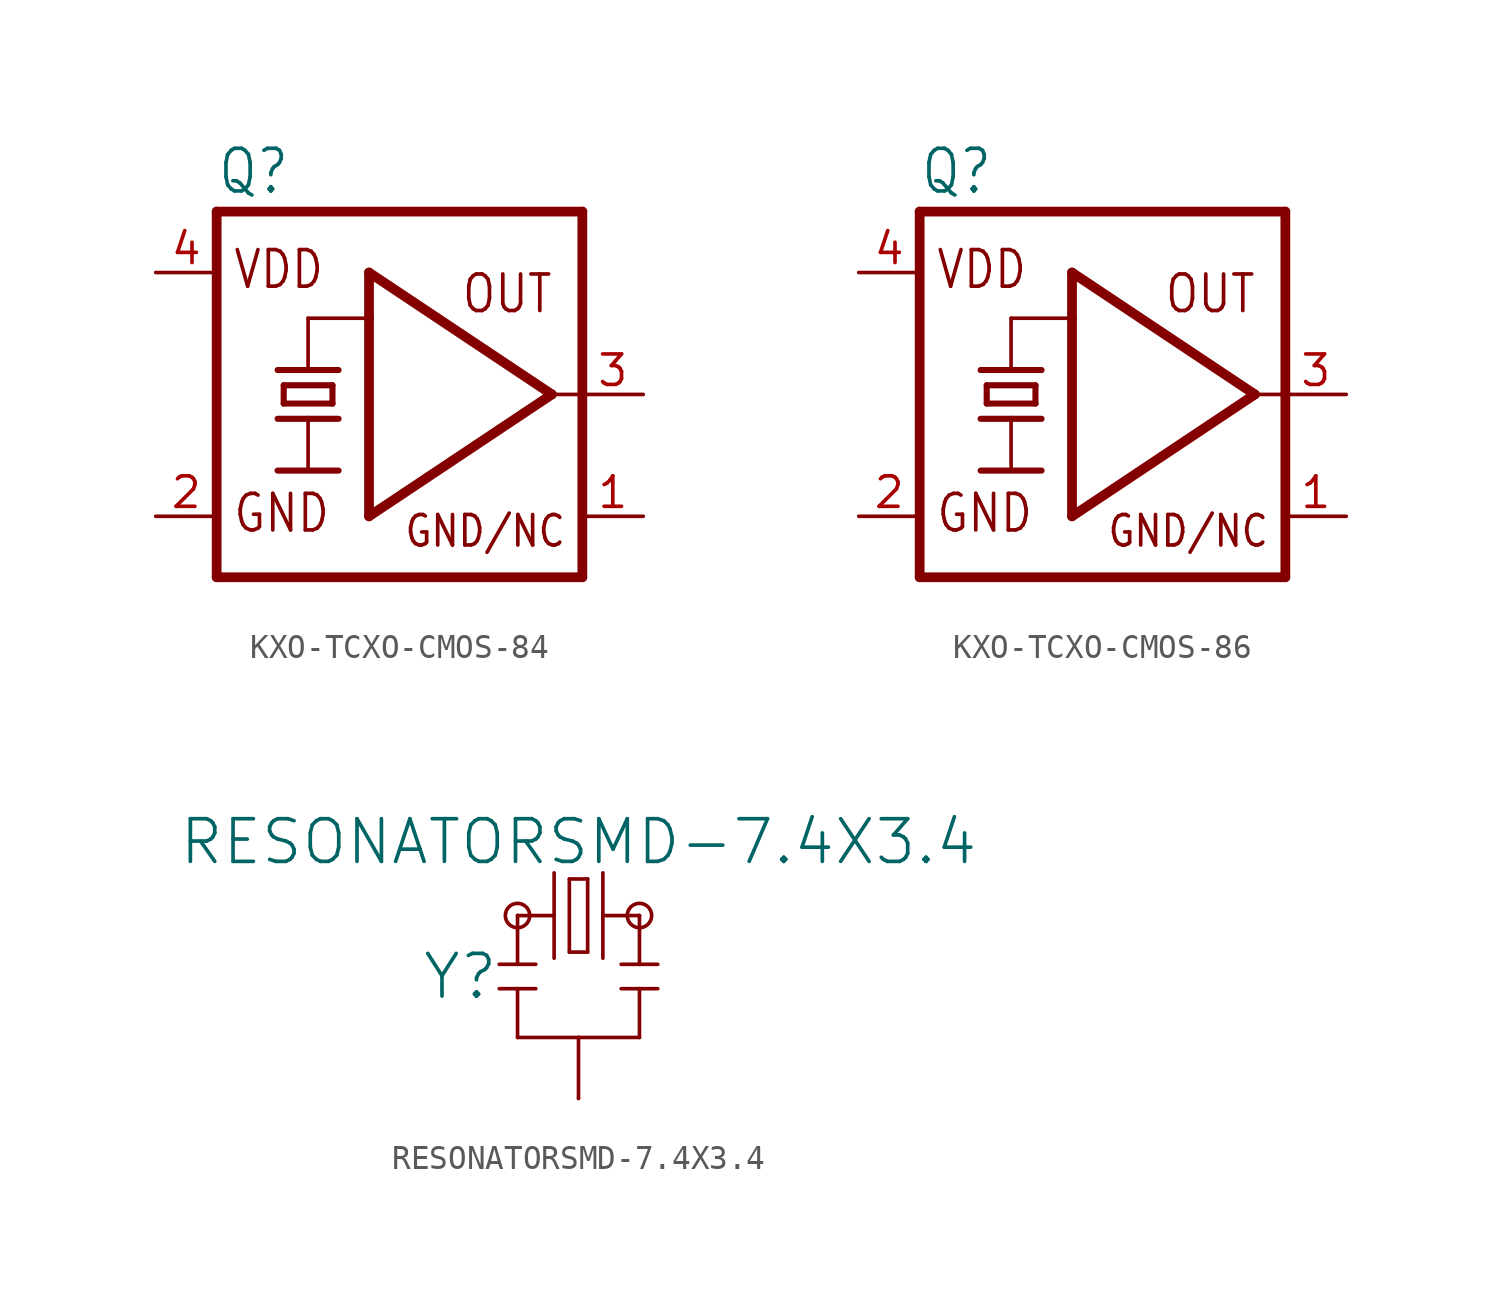
<source format=kicad_sym>
(kicad_symbol_lib
  (version 20211014)
  (generator kicad_symbol_editor)
  (symbol "KXO-TCXO-CMOS-84"
    (property "Reference" "Q"
      (at -7.62 8.255 0)
      (effects (font (size 1.778 1.511)) (justify left bottom)))
    (property "ki_locked" ""
      (at 0 0 0)
      (effects (font (size 1.27 1.27))))
    (symbol "KXO-TCXO-CMOS-84_1_0"
      (polyline (pts (xy -7.62 7.62) (xy -7.62 -7.62)) (stroke (width 0.406) (type default) (color 0 0 0 0)) (fill (type none)))
      (polyline (pts (xy -7.62 7.62) (xy 7.62 7.62)) (stroke (width 0.406) (type default) (color 0 0 0 0)) (fill (type none)))
      (polyline (pts (xy -5.08 -3.175) (xy -2.54 -3.175)) (stroke (width 0.254) (type default) (color 0 0 0 0)) (fill (type none)))
      (polyline (pts (xy -5.08 -1.016) (xy -3.81 -1.016)) (stroke (width 0.254) (type default) (color 0 0 0 0)) (fill (type none)))
      (polyline (pts (xy -5.08 1.016) (xy -2.54 1.016)) (stroke (width 0.254) (type default) (color 0 0 0 0)) (fill (type none)))
      (polyline (pts (xy -4.826 -0.381) (xy -4.826 0.381)) (stroke (width 0.254) (type default) (color 0 0 0 0)) (fill (type none)))
      (polyline (pts (xy -4.826 -0.381) (xy -2.794 -0.381)) (stroke (width 0.254) (type default) (color 0 0 0 0)) (fill (type none)))
      (polyline (pts (xy -4.826 0.381) (xy -2.794 0.381)) (stroke (width 0.254) (type default) (color 0 0 0 0)) (fill (type none)))
      (polyline (pts (xy -3.81 -3.175) (xy -3.81 -1.016)) (stroke (width 0.152) (type default) (color 0 0 0 0)) (fill (type none)))
      (polyline (pts (xy -3.81 -1.016) (xy -2.54 -1.016)) (stroke (width 0.254) (type default) (color 0 0 0 0)) (fill (type none)))
      (polyline (pts (xy -3.81 1.016) (xy -3.81 3.175)) (stroke (width 0.152) (type default) (color 0 0 0 0)) (fill (type none)))
      (polyline (pts (xy -3.81 3.175) (xy -1.27 3.175)) (stroke (width 0.152) (type default) (color 0 0 0 0)) (fill (type none)))
      (polyline (pts (xy -2.794 0.381) (xy -2.794 -0.381)) (stroke (width 0.254) (type default) (color 0 0 0 0)) (fill (type none)))
      (polyline (pts (xy -1.27 -5.08) (xy -1.27 3.175)) (stroke (width 0.406) (type default) (color 0 0 0 0)) (fill (type none)))
      (polyline (pts (xy -1.27 3.175) (xy -1.27 5.08)) (stroke (width 0.406) (type default) (color 0 0 0 0)) (fill (type none)))
      (polyline (pts (xy -1.27 5.08) (xy 6.35 0)) (stroke (width 0.406) (type default) (color 0 0 0 0)) (fill (type none)))
      (polyline (pts (xy 6.35 0) (xy -1.27 -5.08)) (stroke (width 0.406) (type default) (color 0 0 0 0)) (fill (type none)))
      (polyline (pts (xy 6.35 0) (xy 7.62 0)) (stroke (width 0.152) (type default) (color 0 0 0 0)) (fill (type none)))
      (polyline (pts (xy 7.62 -7.62) (xy -7.62 -7.62)) (stroke (width 0.406) (type default) (color 0 0 0 0)) (fill (type none)))
      (polyline (pts (xy 7.62 -7.62) (xy 7.62 0)) (stroke (width 0.406) (type default) (color 0 0 0 0)) (fill (type none)))
      (polyline (pts (xy 7.62 0) (xy 7.62 7.62)) (stroke (width 0.406) (type default) (color 0 0 0 0)) (fill (type none)))
      (text "GND" (at -6.985 -5.842 0) (effects (font (size 1.524 1.295)) (justify left bottom)))
      (text "GND/NC" (at 6.985 -4.953 0) (effects (font (size 1.27 1.079)) (justify right top)))
      (text "OUT" (at 2.54 3.302 0) (effects (font (size 1.524 1.295)) (justify left bottom)))
      (text "VDD" (at -6.985 4.318 0) (effects (font (size 1.524 1.295)) (justify left bottom)))
      (pin power_in line (at 10.16 -5.08 180) (length 2.54) (name "GND/NC" (effects (font (size 0 0)))) (number "1" (effects (font (size 1.27 1.27)))))
      (pin power_in line (at -10.16 -5.08 0) (length 2.54) (name "GND" (effects (font (size 0 0)))) (number "2" (effects (font (size 1.27 1.27)))))
      (pin output line (at 10.16 0 180) (length 2.54) (name "OUT" (effects (font (size 0 0)))) (number "3" (effects (font (size 1.27 1.27)))))
      (pin power_in line (at -10.16 5.08 0) (length 2.54) (name "VDD" (effects (font (size 0 0)))) (number "4" (effects (font (size 1.27 1.27)))))))
  (symbol "KXO-TCXO-CMOS-86"
    (property "Reference" "Q"
      (at -7.62 8.255 0)
      (effects (font (size 1.778 1.511)) (justify left bottom)))
    (property "ki_locked" ""
      (at 0 0 0)
      (effects (font (size 1.27 1.27))))
    (symbol "KXO-TCXO-CMOS-86_1_0"
      (polyline (pts (xy -7.62 7.62) (xy -7.62 -7.62)) (stroke (width 0.406) (type default) (color 0 0 0 0)) (fill (type none)))
      (polyline (pts (xy -7.62 7.62) (xy 7.62 7.62)) (stroke (width 0.406) (type default) (color 0 0 0 0)) (fill (type none)))
      (polyline (pts (xy -5.08 -3.175) (xy -2.54 -3.175)) (stroke (width 0.254) (type default) (color 0 0 0 0)) (fill (type none)))
      (polyline (pts (xy -5.08 -1.016) (xy -3.81 -1.016)) (stroke (width 0.254) (type default) (color 0 0 0 0)) (fill (type none)))
      (polyline (pts (xy -5.08 1.016) (xy -2.54 1.016)) (stroke (width 0.254) (type default) (color 0 0 0 0)) (fill (type none)))
      (polyline (pts (xy -4.826 -0.381) (xy -4.826 0.381)) (stroke (width 0.254) (type default) (color 0 0 0 0)) (fill (type none)))
      (polyline (pts (xy -4.826 -0.381) (xy -2.794 -0.381)) (stroke (width 0.254) (type default) (color 0 0 0 0)) (fill (type none)))
      (polyline (pts (xy -4.826 0.381) (xy -2.794 0.381)) (stroke (width 0.254) (type default) (color 0 0 0 0)) (fill (type none)))
      (polyline (pts (xy -3.81 -3.175) (xy -3.81 -1.016)) (stroke (width 0.152) (type default) (color 0 0 0 0)) (fill (type none)))
      (polyline (pts (xy -3.81 -1.016) (xy -2.54 -1.016)) (stroke (width 0.254) (type default) (color 0 0 0 0)) (fill (type none)))
      (polyline (pts (xy -3.81 1.016) (xy -3.81 3.175)) (stroke (width 0.152) (type default) (color 0 0 0 0)) (fill (type none)))
      (polyline (pts (xy -3.81 3.175) (xy -1.27 3.175)) (stroke (width 0.152) (type default) (color 0 0 0 0)) (fill (type none)))
      (polyline (pts (xy -2.794 0.381) (xy -2.794 -0.381)) (stroke (width 0.254) (type default) (color 0 0 0 0)) (fill (type none)))
      (polyline (pts (xy -1.27 -5.08) (xy -1.27 3.175)) (stroke (width 0.406) (type default) (color 0 0 0 0)) (fill (type none)))
      (polyline (pts (xy -1.27 3.175) (xy -1.27 5.08)) (stroke (width 0.406) (type default) (color 0 0 0 0)) (fill (type none)))
      (polyline (pts (xy -1.27 5.08) (xy 6.35 0)) (stroke (width 0.406) (type default) (color 0 0 0 0)) (fill (type none)))
      (polyline (pts (xy 6.35 0) (xy -1.27 -5.08)) (stroke (width 0.406) (type default) (color 0 0 0 0)) (fill (type none)))
      (polyline (pts (xy 6.35 0) (xy 7.62 0)) (stroke (width 0.152) (type default) (color 0 0 0 0)) (fill (type none)))
      (polyline (pts (xy 7.62 -7.62) (xy -7.62 -7.62)) (stroke (width 0.406) (type default) (color 0 0 0 0)) (fill (type none)))
      (polyline (pts (xy 7.62 -7.62) (xy 7.62 0)) (stroke (width 0.406) (type default) (color 0 0 0 0)) (fill (type none)))
      (polyline (pts (xy 7.62 0) (xy 7.62 7.62)) (stroke (width 0.406) (type default) (color 0 0 0 0)) (fill (type none)))
      (text "GND" (at -6.985 -5.842 0) (effects (font (size 1.524 1.295)) (justify left bottom)))
      (text "GND/NC" (at 6.985 -4.953 0) (effects (font (size 1.27 1.079)) (justify right top)))
      (text "OUT" (at 2.54 3.302 0) (effects (font (size 1.524 1.295)) (justify left bottom)))
      (text "VDD" (at -6.985 4.318 0) (effects (font (size 1.524 1.295)) (justify left bottom)))
      (pin power_in line (at 10.16 -5.08 180) (length 2.54) (name "GND/NC" (effects (font (size 0 0)))) (number "1" (effects (font (size 1.27 1.27)))))
      (pin power_in line (at -10.16 -5.08 0) (length 2.54) (name "GND" (effects (font (size 0 0)))) (number "2" (effects (font (size 1.27 1.27)))))
      (pin output line (at 10.16 0 180) (length 2.54) (name "OUT" (effects (font (size 0 0)))) (number "3" (effects (font (size 1.27 1.27)))))
      (pin power_in line (at -10.16 5.08 0) (length 2.54) (name "VDD" (effects (font (size 0 0)))) (number "4" (effects (font (size 1.27 1.27)))))))
  (symbol "RESONATORSMD-7.4X3.4"
    (property "Reference" "Y"
      (at -3.302 -2.54 0)
      (effects (font (size 1.778 1.778)) (justify right)))
    (property "Value" "RESONATORSMD-7.4X3.4"
      (at 0 2.032 0)
      (effects (font (size 1.778 1.778)) (justify bottom)))
    (property "ki_locked" ""
      (at 0 0 0)
      (effects (font (size 1.27 1.27))))
    (symbol "RESONATORSMD-7.4X3.4_1_0"
      (circle (center -2.54 0) (radius 0.508) (stroke (width 0) (type default) (color 0 0 0 0)) (fill (type none)))
      (polyline (pts (xy -2.54 -3.048) (xy -3.302 -3.048)) (stroke (width 0.152) (type default) (color 0 0 0 0)) (fill (type none)))
      (polyline (pts (xy -2.54 -3.048) (xy -2.54 -5.08)) (stroke (width 0.152) (type default) (color 0 0 0 0)) (fill (type none)))
      (polyline (pts (xy -2.54 -2.032) (xy -3.302 -2.032)) (stroke (width 0.152) (type default) (color 0 0 0 0)) (fill (type none)))
      (polyline (pts (xy -2.54 -2.032) (xy -2.54 0)) (stroke (width 0.152) (type default) (color 0 0 0 0)) (fill (type none)))
      (polyline (pts (xy -2.54 0) (xy -1.016 0)) (stroke (width 0.152) (type default) (color 0 0 0 0)) (fill (type none)))
      (polyline (pts (xy -1.778 -3.048) (xy -2.54 -3.048)) (stroke (width 0.152) (type default) (color 0 0 0 0)) (fill (type none)))
      (polyline (pts (xy -1.778 -2.032) (xy -2.54 -2.032)) (stroke (width 0.152) (type default) (color 0 0 0 0)) (fill (type none)))
      (polyline (pts (xy -1.016 0) (xy -1.016 -1.778)) (stroke (width 0.152) (type default) (color 0 0 0 0)) (fill (type none)))
      (polyline (pts (xy -1.016 1.778) (xy -1.016 0)) (stroke (width 0.152) (type default) (color 0 0 0 0)) (fill (type none)))
      (polyline (pts (xy -0.381 -1.524) (xy 0.381 -1.524)) (stroke (width 0.152) (type default) (color 0 0 0 0)) (fill (type none)))
      (polyline (pts (xy -0.381 1.524) (xy -0.381 -1.524)) (stroke (width 0.152) (type default) (color 0 0 0 0)) (fill (type none)))
      (polyline (pts (xy 0 -5.08) (xy -2.54 -5.08)) (stroke (width 0.152) (type default) (color 0 0 0 0)) (fill (type none)))
      (polyline (pts (xy 0 -5.08) (xy 0 -7.62)) (stroke (width 0.152) (type default) (color 0 0 0 0)) (fill (type none)))
      (polyline (pts (xy 0.381 -1.524) (xy 0.381 1.524)) (stroke (width 0.152) (type default) (color 0 0 0 0)) (fill (type none)))
      (polyline (pts (xy 0.381 1.524) (xy -0.381 1.524)) (stroke (width 0.152) (type default) (color 0 0 0 0)) (fill (type none)))
      (polyline (pts (xy 1.016 0) (xy 1.016 -1.778)) (stroke (width 0.152) (type default) (color 0 0 0 0)) (fill (type none)))
      (polyline (pts (xy 1.016 0) (xy 2.54 0)) (stroke (width 0.152) (type default) (color 0 0 0 0)) (fill (type none)))
      (polyline (pts (xy 1.016 1.778) (xy 1.016 0)) (stroke (width 0.152) (type default) (color 0 0 0 0)) (fill (type none)))
      (polyline (pts (xy 2.54 -5.08) (xy 0 -5.08)) (stroke (width 0.152) (type default) (color 0 0 0 0)) (fill (type none)))
      (polyline (pts (xy 2.54 -3.048) (xy 1.778 -3.048)) (stroke (width 0.152) (type default) (color 0 0 0 0)) (fill (type none)))
      (polyline (pts (xy 2.54 -3.048) (xy 2.54 -5.08)) (stroke (width 0.152) (type default) (color 0 0 0 0)) (fill (type none)))
      (polyline (pts (xy 2.54 -2.032) (xy 1.778 -2.032)) (stroke (width 0.152) (type default) (color 0 0 0 0)) (fill (type none)))
      (polyline (pts (xy 2.54 0) (xy 2.54 -2.032)) (stroke (width 0.152) (type default) (color 0 0 0 0)) (fill (type none)))
      (polyline (pts (xy 3.302 -3.048) (xy 2.54 -3.048)) (stroke (width 0.152) (type default) (color 0 0 0 0)) (fill (type none)))
      (polyline (pts (xy 3.302 -2.032) (xy 2.54 -2.032)) (stroke (width 0.152) (type default) (color 0 0 0 0)) (fill (type none)))
      (circle (center 2.54 0) (radius 0.508) (stroke (width 0) (type default) (color 0 0 0 0)) (fill (type none)))
      (pin passive line (at -2.54 0 0) (length 0) (name "1" (effects (font (size 0 0)))) (number "1" (effects (font (size 0 0)))))
      (pin passive line (at 0 -7.62 90) (length 0) (name "2" (effects (font (size 0 0)))) (number "2" (effects (font (size 0 0)))))
      (pin passive line (at 2.54 0 180) (length 0) (name "3" (effects (font (size 0 0)))) (number "3" (effects (font (size 0 0))))))))
</source>
